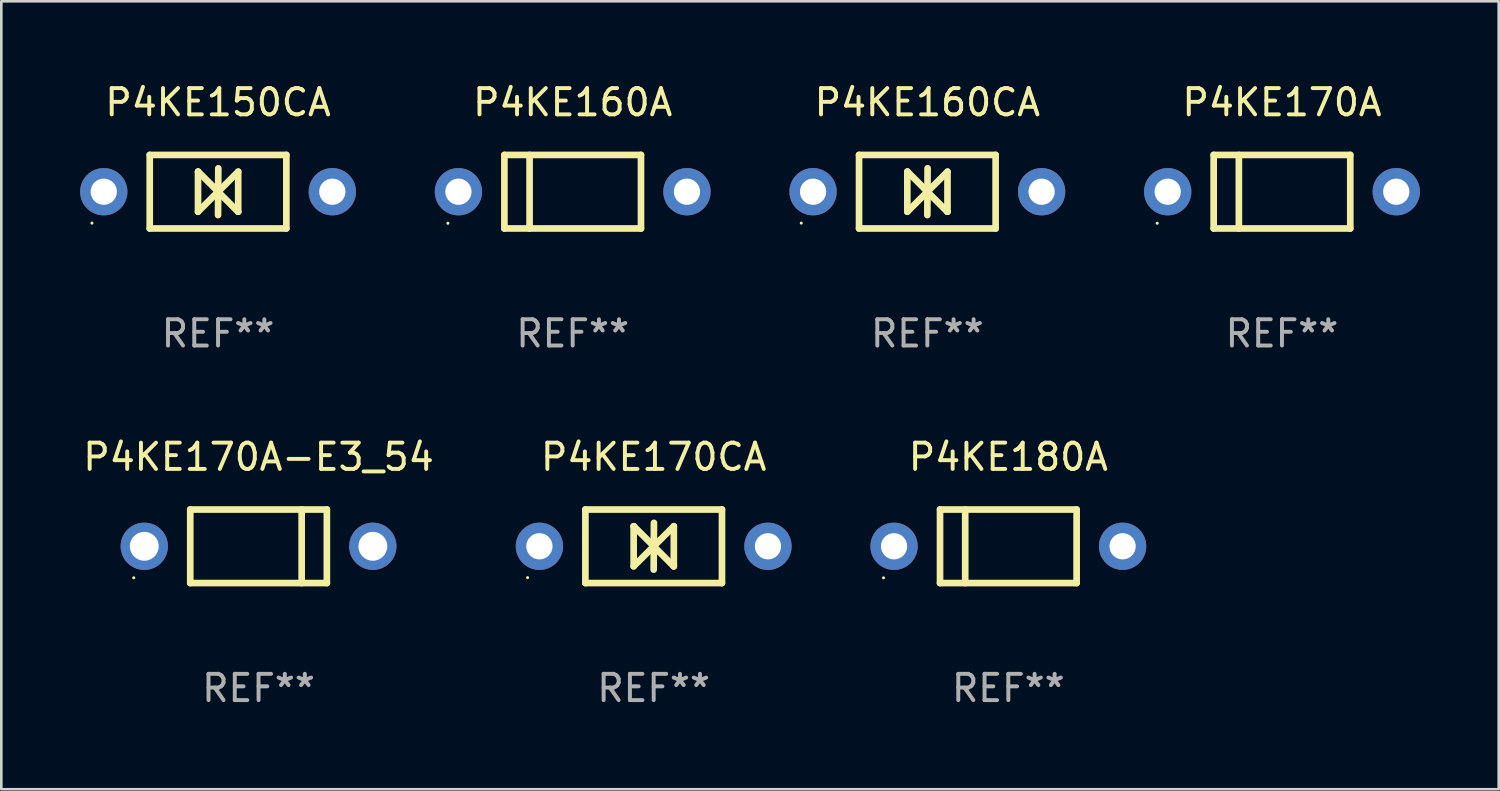
<source format=kicad_pcb>
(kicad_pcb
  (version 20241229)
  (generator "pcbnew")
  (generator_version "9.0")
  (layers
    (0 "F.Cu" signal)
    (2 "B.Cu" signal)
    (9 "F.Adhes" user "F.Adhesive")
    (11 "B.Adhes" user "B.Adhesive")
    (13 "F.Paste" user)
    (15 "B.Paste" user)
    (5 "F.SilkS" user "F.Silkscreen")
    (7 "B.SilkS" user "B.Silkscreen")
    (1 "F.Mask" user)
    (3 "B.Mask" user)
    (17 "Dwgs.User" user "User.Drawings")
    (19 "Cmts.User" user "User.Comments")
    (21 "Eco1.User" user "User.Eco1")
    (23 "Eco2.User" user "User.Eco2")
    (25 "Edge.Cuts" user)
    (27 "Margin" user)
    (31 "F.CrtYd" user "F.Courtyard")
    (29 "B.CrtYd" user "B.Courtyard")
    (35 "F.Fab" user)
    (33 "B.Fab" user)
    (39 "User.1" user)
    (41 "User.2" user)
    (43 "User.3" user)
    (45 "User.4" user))
  (footprint "P4KE160A"
    (layer "F.Cu")
    (at 18.75 4.248)
    (property "Reference" "P4KE160A" (at 0 -3.4 0) (layer "F.SilkS") (effects (font (size 1 1) (thickness 0.15))))
    (attr through_hole)
    (fp_line (start -2.6 -1.4) (end -2.6 1.4) (stroke (width 0.254) (type solid)) (layer "F.SilkS"))
    (fp_line (start -2.6 -1.4) (end 2.6 -1.4) (stroke (width 0.254) (type solid)) (layer "F.SilkS"))
    (fp_line (start -2.6 1.4) (end 2.6 1.4) (stroke (width 0.254) (type solid)) (layer "F.SilkS"))
    (fp_line (start -1.641 -1.4) (end -1.641 1.4) (stroke (width 0.254) (type solid)) (layer "F.SilkS"))
    (fp_line (start 2.6 -1.4) (end 2.6 1.4) (stroke (width 0.254) (type solid)) (layer "F.SilkS"))
    (fp_circle (center -4.75 1.2) (end -4.72 1.2) (stroke (width 0.06) (type solid)) (fill no) (layer "F.SilkS"))
    (fp_text user "REF**" (at 0 5.4 0) (layer "F.Fab") (effects (font (size 1 1) (thickness 0.15))))
    (pad "1" thru_hole circle (at -4.35 0) (size 1.8 1.8) (drill 1) (layers "*.Cu" "*.Mask"))
    (pad "2" thru_hole circle (at 4.35 0) (size 1.8 1.8) (drill 1) (layers "*.Cu" "*.Mask")))
  (footprint "P4KE170CA"
    (layer "F.Cu")
    (at 21.833 17.745)
    (property "Reference" "P4KE170CA" (at 0 -3.4 0) (layer "F.SilkS") (effects (font (size 1 1) (thickness 0.15))))
    (attr through_hole)
    (fp_line (start -2.6 1.4) (end -2.6 -1.4) (stroke (width 0.254) (type solid)) (layer "F.SilkS"))
    (fp_line (start -0.762 -0.762) (end -0.762 0.762) (stroke (width 0.254) (type solid)) (layer "F.SilkS"))
    (fp_line (start -0.762 0.762) (end 0.006 -0.006) (stroke (width 0.254) (type solid)) (layer "F.SilkS"))
    (fp_line (start -0.755 -0.762) (end -0.762 -0.762) (stroke (width 0.254) (type solid)) (layer "F.SilkS"))
    (fp_line (start -0.001 0.004) (end -0.001 0.095) (stroke (width 0.254) (type solid)) (layer "F.SilkS"))
    (fp_line (start 0 0) (end 0.761 0.761) (stroke (width 0.254) (type solid)) (layer "F.SilkS"))
    (fp_line (start 0 0.889) (end 0.01 -0.892) (stroke (width 0.254) (type solid)) (layer "F.SilkS"))
    (fp_line (start 0.005 -0.001) (end -0.755 -0.762) (stroke (width 0.254) (type solid)) (layer "F.SilkS"))
    (fp_line (start 0.006 -0.006) (end 0.006 -0.096) (stroke (width 0.254) (type solid)) (layer "F.SilkS"))
    (fp_line (start 0.761 0.761) (end 0.767 0.761) (stroke (width 0.254) (type solid)) (layer "F.SilkS"))
    (fp_line (start 0.767 -0.763) (end -0.001 0.004) (stroke (width 0.254) (type solid)) (layer "F.SilkS"))
    (fp_line (start 0.767 0.761) (end 0.767 -0.763) (stroke (width 0.254) (type solid)) (layer "F.SilkS"))
    (fp_line (start 2.6 -1.4) (end -2.6 -1.4) (stroke (width 0.254) (type solid)) (layer "F.SilkS"))
    (fp_line (start 2.6 1.4) (end -2.6 1.4) (stroke (width 0.254) (type solid)) (layer "F.SilkS"))
    (fp_line (start 2.6 1.4) (end 2.6 -1.4) (stroke (width 0.254) (type solid)) (layer "F.SilkS"))
    (fp_circle (center -4.8 1.194) (end -4.77 1.194) (stroke (width 0.06) (type solid)) (fill no) (layer "F.SilkS"))
    (fp_text user "REF**" (at 0 5.4 0) (layer "F.Fab") (effects (font (size 1 1) (thickness 0.15))))
    (pad "1" thru_hole circle (at -4.35 0) (size 1.8 1.8) (drill 1) (layers "*.Cu" "*.Mask"))
    (pad "2" thru_hole circle (at 4.35 0) (size 1.8 1.8) (drill 1) (layers "*.Cu" "*.Mask")))
  (footprint "P4KE170A-E3_54"
    (layer "F.Cu")
    (at 6.792 17.745)
    (property "Reference" "P4KE170A-E3_54" (at 0 -3.4 0) (layer "F.SilkS") (effects (font (size 1 1) (thickness 0.15))))
    (attr through_hole)
    (fp_line (start -2.6 1.4) (end -2.6 -1.4) (stroke (width 0.254) (type solid)) (layer "F.SilkS"))
    (fp_line (start 1.641 1.4) (end 1.641 -1.4) (stroke (width 0.254) (type solid)) (layer "F.SilkS"))
    (fp_line (start 2.6 -1.4) (end -2.6 -1.4) (stroke (width 0.254) (type solid)) (layer "F.SilkS"))
    (fp_line (start 2.6 1.4) (end -2.6 1.4) (stroke (width 0.254) (type solid)) (layer "F.SilkS"))
    (fp_line (start 2.6 1.4) (end 2.6 -1.4) (stroke (width 0.254) (type solid)) (layer "F.SilkS"))
    (fp_circle (center -4.75 1.2) (end -4.72 1.2) (stroke (width 0.06) (type solid)) (fill no) (layer "F.SilkS"))
    (fp_text user "REF**" (at 0 5.4 0) (layer "F.Fab") (effects (font (size 1 1) (thickness 0.15))))
    (pad "1" thru_hole circle (at -4.35 0) (size 1.8 1.8) (drill 1.1) (layers "*.Cu" "*.Mask"))
    (pad "2" thru_hole circle (at 4.35 0) (size 1.8 1.8) (drill 1.1) (layers "*.Cu" "*.Mask")))
  (footprint "P4KE150CA"
    (layer "F.Cu")
    (at 5.25 4.248)
    (property "Reference" "P4KE150CA" (at 0 -3.4 0) (layer "F.SilkS") (effects (font (size 1 1) (thickness 0.15))))
    (attr through_hole)
    (fp_line (start -2.6 1.4) (end -2.6 -1.4) (stroke (width 0.254) (type solid)) (layer "F.SilkS"))
    (fp_line (start -0.762 -0.762) (end -0.762 0.762) (stroke (width 0.254) (type solid)) (layer "F.SilkS"))
    (fp_line (start -0.762 0.762) (end 0.006 -0.006) (stroke (width 0.254) (type solid)) (layer "F.SilkS"))
    (fp_line (start -0.755 -0.762) (end -0.762 -0.762) (stroke (width 0.254) (type solid)) (layer "F.SilkS"))
    (fp_line (start -0.001 0.004) (end -0.001 0.095) (stroke (width 0.254) (type solid)) (layer "F.SilkS"))
    (fp_line (start 0 0) (end 0.761 0.761) (stroke (width 0.254) (type solid)) (layer "F.SilkS"))
    (fp_line (start 0 0.889) (end 0.01 -0.892) (stroke (width 0.254) (type solid)) (layer "F.SilkS"))
    (fp_line (start 0.005 -0.001) (end -0.755 -0.762) (stroke (width 0.254) (type solid)) (layer "F.SilkS"))
    (fp_line (start 0.006 -0.006) (end 0.006 -0.096) (stroke (width 0.254) (type solid)) (layer "F.SilkS"))
    (fp_line (start 0.761 0.761) (end 0.767 0.761) (stroke (width 0.254) (type solid)) (layer "F.SilkS"))
    (fp_line (start 0.767 -0.763) (end -0.001 0.004) (stroke (width 0.254) (type solid)) (layer "F.SilkS"))
    (fp_line (start 0.767 0.761) (end 0.767 -0.763) (stroke (width 0.254) (type solid)) (layer "F.SilkS"))
    (fp_line (start 2.6 -1.4) (end -2.6 -1.4) (stroke (width 0.254) (type solid)) (layer "F.SilkS"))
    (fp_line (start 2.6 1.4) (end -2.6 1.4) (stroke (width 0.254) (type solid)) (layer "F.SilkS"))
    (fp_line (start 2.6 1.4) (end 2.6 -1.4) (stroke (width 0.254) (type solid)) (layer "F.SilkS"))
    (fp_circle (center -4.8 1.194) (end -4.77 1.194) (stroke (width 0.06) (type solid)) (fill no) (layer "F.SilkS"))
    (fp_text user "REF**" (at 0 5.4 0) (layer "F.Fab") (effects (font (size 1 1) (thickness 0.15))))
    (pad "1" thru_hole circle (at -4.35 0) (size 1.8 1.8) (drill 1) (layers "*.Cu" "*.Mask"))
    (pad "2" thru_hole circle (at 4.35 0) (size 1.8 1.8) (drill 1) (layers "*.Cu" "*.Mask")))
  (footprint "P4KE170A"
    (layer "F.Cu")
    (at 45.75 4.248)
    (property "Reference" "P4KE170A" (at 0 -3.4 0) (layer "F.SilkS") (effects (font (size 1 1) (thickness 0.15))))
    (attr through_hole)
    (fp_line (start -2.6 -1.4) (end -2.6 1.4) (stroke (width 0.254) (type solid)) (layer "F.SilkS"))
    (fp_line (start -2.6 -1.4) (end 2.6 -1.4) (stroke (width 0.254) (type solid)) (layer "F.SilkS"))
    (fp_line (start -2.6 1.4) (end 2.6 1.4) (stroke (width 0.254) (type solid)) (layer "F.SilkS"))
    (fp_line (start -1.641 -1.4) (end -1.641 1.4) (stroke (width 0.254) (type solid)) (layer "F.SilkS"))
    (fp_line (start 2.6 -1.4) (end 2.6 1.4) (stroke (width 0.254) (type solid)) (layer "F.SilkS"))
    (fp_circle (center -4.75 1.2) (end -4.72 1.2) (stroke (width 0.06) (type solid)) (fill no) (layer "F.SilkS"))
    (fp_text user "REF**" (at 0 5.4 0) (layer "F.Fab") (effects (font (size 1 1) (thickness 0.15))))
    (pad "1" thru_hole circle (at -4.35 0) (size 1.8 1.8) (drill 1) (layers "*.Cu" "*.Mask"))
    (pad "2" thru_hole circle (at 4.35 0) (size 1.8 1.8) (drill 1) (layers "*.Cu" "*.Mask")))
  (footprint "P4KE160CA"
    (layer "F.Cu")
    (at 32.25 4.248)
    (property "Reference" "P4KE160CA" (at 0 -3.4 0) (layer "F.SilkS") (effects (font (size 1 1) (thickness 0.15))))
    (attr through_hole)
    (fp_line (start -2.6 1.4) (end -2.6 -1.4) (stroke (width 0.254) (type solid)) (layer "F.SilkS"))
    (fp_line (start -0.762 -0.762) (end -0.762 0.762) (stroke (width 0.254) (type solid)) (layer "F.SilkS"))
    (fp_line (start -0.762 0.762) (end 0.006 -0.006) (stroke (width 0.254) (type solid)) (layer "F.SilkS"))
    (fp_line (start -0.755 -0.762) (end -0.762 -0.762) (stroke (width 0.254) (type solid)) (layer "F.SilkS"))
    (fp_line (start -0.001 0.004) (end -0.001 0.095) (stroke (width 0.254) (type solid)) (layer "F.SilkS"))
    (fp_line (start 0 0) (end 0.761 0.761) (stroke (width 0.254) (type solid)) (layer "F.SilkS"))
    (fp_line (start 0 0.889) (end 0.01 -0.892) (stroke (width 0.254) (type solid)) (layer "F.SilkS"))
    (fp_line (start 0.005 -0.001) (end -0.755 -0.762) (stroke (width 0.254) (type solid)) (layer "F.SilkS"))
    (fp_line (start 0.006 -0.006) (end 0.006 -0.096) (stroke (width 0.254) (type solid)) (layer "F.SilkS"))
    (fp_line (start 0.761 0.761) (end 0.767 0.761) (stroke (width 0.254) (type solid)) (layer "F.SilkS"))
    (fp_line (start 0.767 -0.763) (end -0.001 0.004) (stroke (width 0.254) (type solid)) (layer "F.SilkS"))
    (fp_line (start 0.767 0.761) (end 0.767 -0.763) (stroke (width 0.254) (type solid)) (layer "F.SilkS"))
    (fp_line (start 2.6 -1.4) (end -2.6 -1.4) (stroke (width 0.254) (type solid)) (layer "F.SilkS"))
    (fp_line (start 2.6 1.4) (end -2.6 1.4) (stroke (width 0.254) (type solid)) (layer "F.SilkS"))
    (fp_line (start 2.6 1.4) (end 2.6 -1.4) (stroke (width 0.254) (type solid)) (layer "F.SilkS"))
    (fp_circle (center -4.8 1.194) (end -4.77 1.194) (stroke (width 0.06) (type solid)) (fill no) (layer "F.SilkS"))
    (fp_text user "REF**" (at 0 5.4 0) (layer "F.Fab") (effects (font (size 1 1) (thickness 0.15))))
    (pad "1" thru_hole circle (at -4.35 0) (size 1.8 1.8) (drill 1) (layers "*.Cu" "*.Mask"))
    (pad "2" thru_hole circle (at 4.35 0) (size 1.8 1.8) (drill 1) (layers "*.Cu" "*.Mask")))
  (footprint "P4KE180A"
    (layer "F.Cu")
    (at 35.333 17.745)
    (property "Reference" "P4KE180A" (at 0 -3.4 0) (layer "F.SilkS") (effects (font (size 1 1) (thickness 0.15))))
    (attr through_hole)
    (fp_line (start -2.6 -1.4) (end -2.6 1.4) (stroke (width 0.254) (type solid)) (layer "F.SilkS"))
    (fp_line (start -2.6 -1.4) (end 2.6 -1.4) (stroke (width 0.254) (type solid)) (layer "F.SilkS"))
    (fp_line (start -2.6 1.4) (end 2.6 1.4) (stroke (width 0.254) (type solid)) (layer "F.SilkS"))
    (fp_line (start -1.641 -1.4) (end -1.641 1.4) (stroke (width 0.254) (type solid)) (layer "F.SilkS"))
    (fp_line (start 2.6 -1.4) (end 2.6 1.4) (stroke (width 0.254) (type solid)) (layer "F.SilkS"))
    (fp_circle (center -4.75 1.2) (end -4.72 1.2) (stroke (width 0.06) (type solid)) (fill no) (layer "F.SilkS"))
    (fp_text user "REF**" (at 0 5.4 0) (layer "F.Fab") (effects (font (size 1 1) (thickness 0.15))))
    (pad "1" thru_hole circle (at -4.35 0) (size 1.8 1.8) (drill 1) (layers "*.Cu" "*.Mask"))
    (pad "2" thru_hole circle (at 4.35 0) (size 1.8 1.8) (drill 1) (layers "*.Cu" "*.Mask")))
  (gr_rect
    (start -3 -3)
    (end 54 26.993)
    (stroke (width 0.1) (type default))
    (fill no)
    (layer "Edge.Cuts")))
</source>
